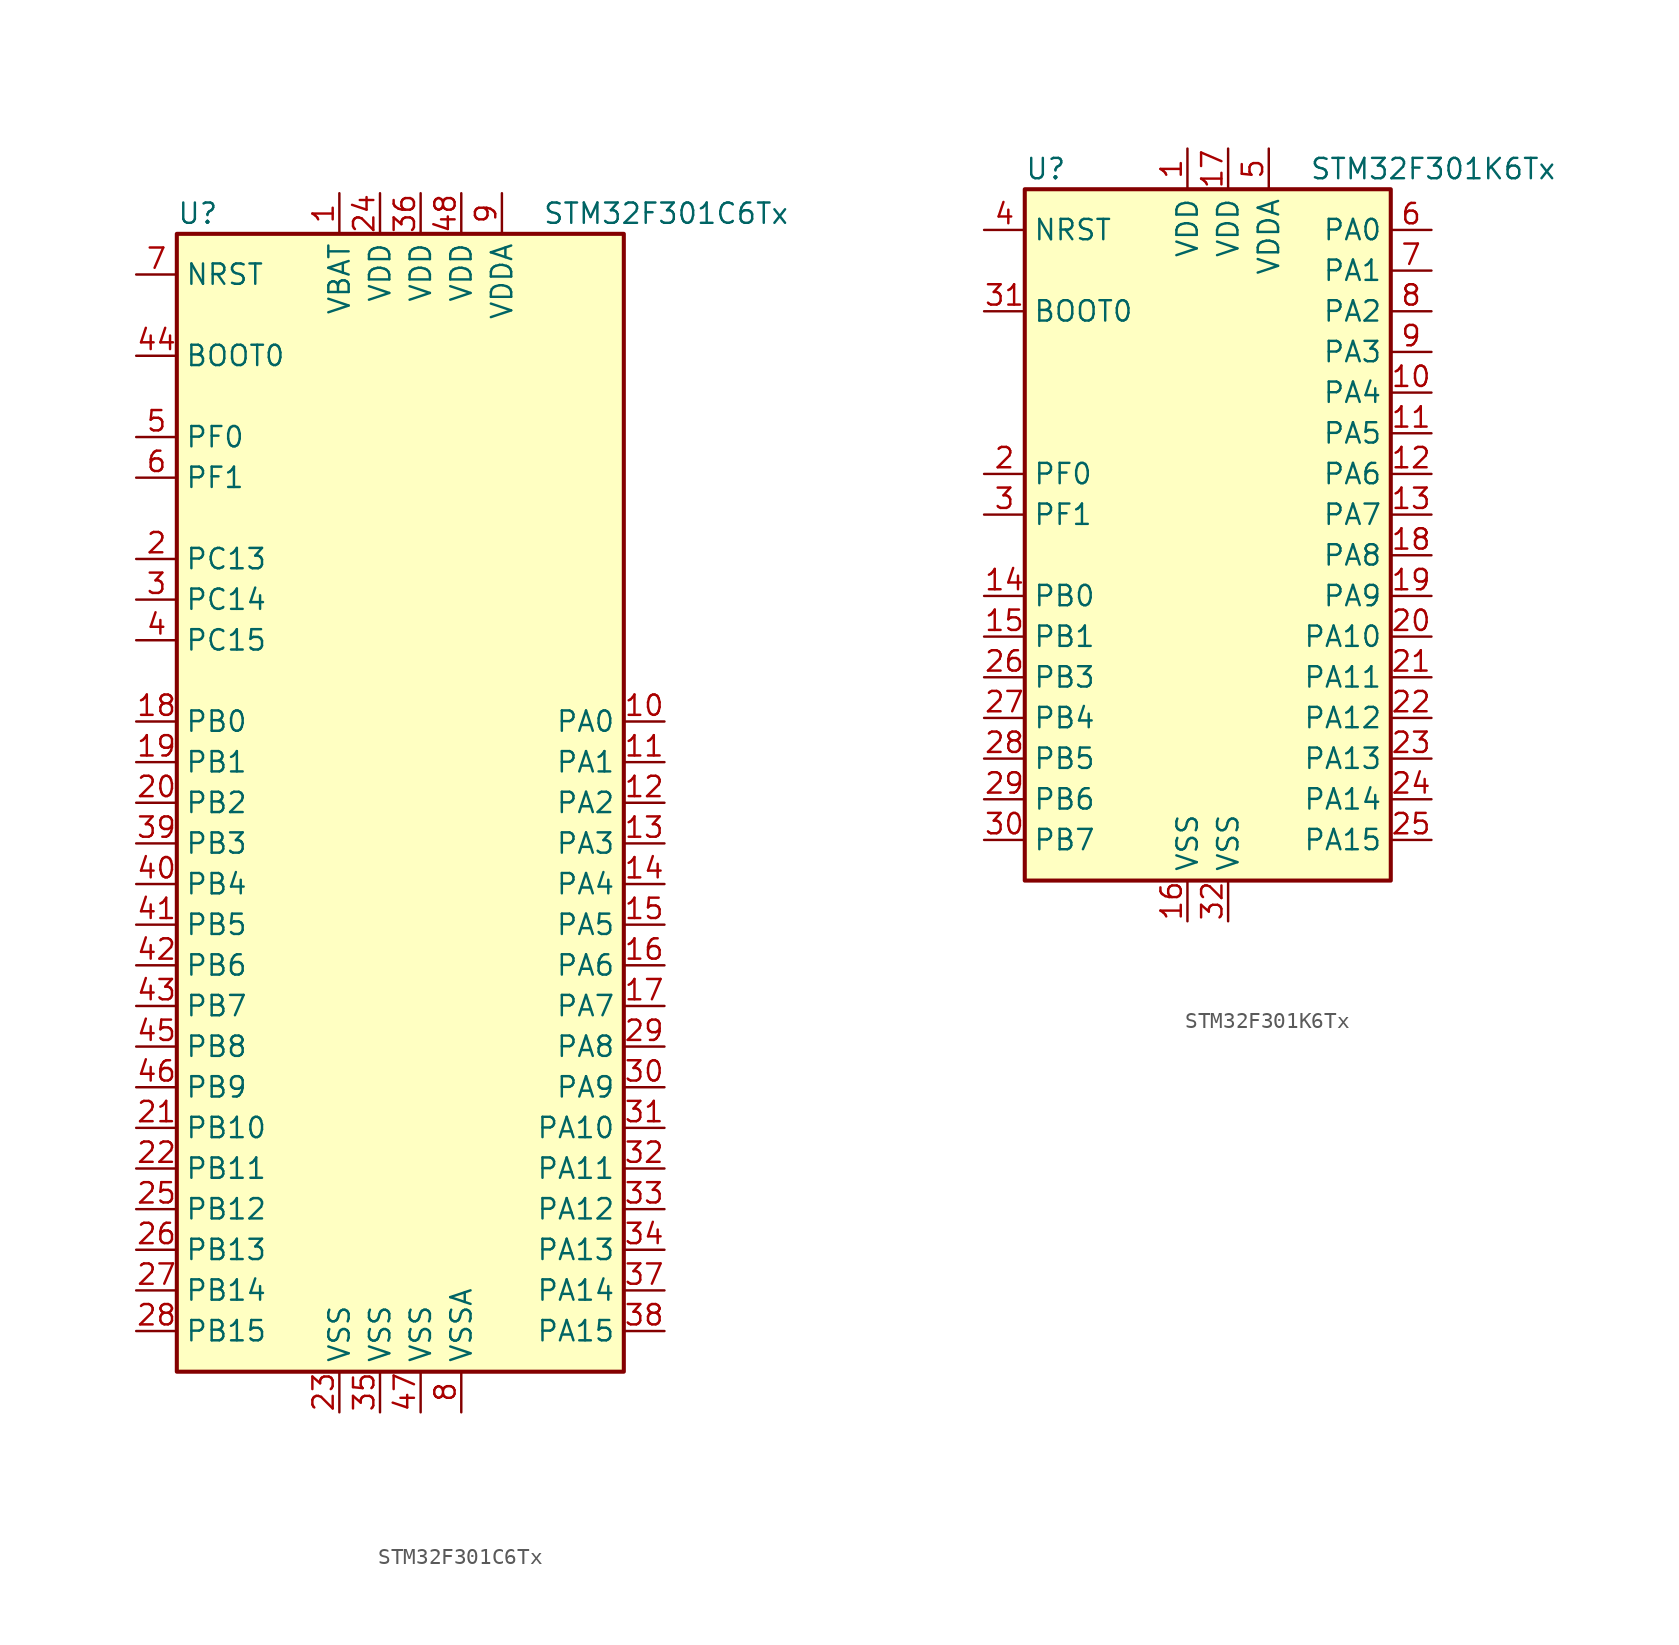
<source format=kicad_sym>
(kicad_symbol_lib
  (version 20201005)
  (generator kicad_symbol_editor)
  (symbol "STM32F301C6Tx"
    (property "Reference" "U"
      (at -15.24 36.83 0)
      (effects (font (size 1.27 1.27)) (justify left)))
    (property "Value" "STM32F301C6Tx"
      (at 7.62 36.83 0)
      (effects (font (size 1.27 1.27)) (justify left)))
    (symbol "STM32F301C6Tx_0_1"
      (rectangle (start -15.24 -35.56) (end 12.7 35.56) (stroke (width 0.254)) (fill (type background))))
    (symbol "STM32F301C6Tx_1_1"
      (pin power_in line (at -5.08 38.1 270) (length 2.54) (name "VBAT" (effects (font (size 1.27 1.27)))) (number "1" (effects (font (size 1.27 1.27)))))
      (pin bidirectional line (at 15.24 5.08 180) (length 2.54) (name "PA0" (effects (font (size 1.27 1.27)))) (number "10" (effects (font (size 1.27 1.27)))))
      (pin bidirectional line (at 15.24 2.54 180) (length 2.54) (name "PA1" (effects (font (size 1.27 1.27)))) (number "11" (effects (font (size 1.27 1.27)))))
      (pin bidirectional line (at 15.24 0 180) (length 2.54) (name "PA2" (effects (font (size 1.27 1.27)))) (number "12" (effects (font (size 1.27 1.27)))))
      (pin bidirectional line (at 15.24 -2.54 180) (length 2.54) (name "PA3" (effects (font (size 1.27 1.27)))) (number "13" (effects (font (size 1.27 1.27)))))
      (pin bidirectional line (at 15.24 -5.08 180) (length 2.54) (name "PA4" (effects (font (size 1.27 1.27)))) (number "14" (effects (font (size 1.27 1.27)))))
      (pin bidirectional line (at 15.24 -7.62 180) (length 2.54) (name "PA5" (effects (font (size 1.27 1.27)))) (number "15" (effects (font (size 1.27 1.27)))))
      (pin bidirectional line (at 15.24 -10.16 180) (length 2.54) (name "PA6" (effects (font (size 1.27 1.27)))) (number "16" (effects (font (size 1.27 1.27)))))
      (pin bidirectional line (at 15.24 -12.7 180) (length 2.54) (name "PA7" (effects (font (size 1.27 1.27)))) (number "17" (effects (font (size 1.27 1.27)))))
      (pin bidirectional line (at -17.78 5.08 0) (length 2.54) (name "PB0" (effects (font (size 1.27 1.27)))) (number "18" (effects (font (size 1.27 1.27)))))
      (pin bidirectional line (at -17.78 2.54 0) (length 2.54) (name "PB1" (effects (font (size 1.27 1.27)))) (number "19" (effects (font (size 1.27 1.27)))))
      (pin bidirectional line (at -17.78 15.24 0) (length 2.54) (name "PC13" (effects (font (size 1.27 1.27)))) (number "2" (effects (font (size 1.27 1.27)))))
      (pin bidirectional line (at -17.78 0 0) (length 2.54) (name "PB2" (effects (font (size 1.27 1.27)))) (number "20" (effects (font (size 1.27 1.27)))))
      (pin bidirectional line (at -17.78 -20.32 0) (length 2.54) (name "PB10" (effects (font (size 1.27 1.27)))) (number "21" (effects (font (size 1.27 1.27)))))
      (pin bidirectional line (at -17.78 -22.86 0) (length 2.54) (name "PB11" (effects (font (size 1.27 1.27)))) (number "22" (effects (font (size 1.27 1.27)))))
      (pin power_in line (at -5.08 -38.1 90) (length 2.54) (name "VSS" (effects (font (size 1.27 1.27)))) (number "23" (effects (font (size 1.27 1.27)))))
      (pin power_in line (at -2.54 38.1 270) (length 2.54) (name "VDD" (effects (font (size 1.27 1.27)))) (number "24" (effects (font (size 1.27 1.27)))))
      (pin bidirectional line (at -17.78 -25.4 0) (length 2.54) (name "PB12" (effects (font (size 1.27 1.27)))) (number "25" (effects (font (size 1.27 1.27)))))
      (pin bidirectional line (at -17.78 -27.94 0) (length 2.54) (name "PB13" (effects (font (size 1.27 1.27)))) (number "26" (effects (font (size 1.27 1.27)))))
      (pin bidirectional line (at -17.78 -30.48 0) (length 2.54) (name "PB14" (effects (font (size 1.27 1.27)))) (number "27" (effects (font (size 1.27 1.27)))))
      (pin bidirectional line (at -17.78 -33.02 0) (length 2.54) (name "PB15" (effects (font (size 1.27 1.27)))) (number "28" (effects (font (size 1.27 1.27)))))
      (pin bidirectional line (at 15.24 -15.24 180) (length 2.54) (name "PA8" (effects (font (size 1.27 1.27)))) (number "29" (effects (font (size 1.27 1.27)))))
      (pin bidirectional line (at -17.78 12.7 0) (length 2.54) (name "PC14" (effects (font (size 1.27 1.27)))) (number "3" (effects (font (size 1.27 1.27)))))
      (pin bidirectional line (at 15.24 -17.78 180) (length 2.54) (name "PA9" (effects (font (size 1.27 1.27)))) (number "30" (effects (font (size 1.27 1.27)))))
      (pin bidirectional line (at 15.24 -20.32 180) (length 2.54) (name "PA10" (effects (font (size 1.27 1.27)))) (number "31" (effects (font (size 1.27 1.27)))))
      (pin bidirectional line (at 15.24 -22.86 180) (length 2.54) (name "PA11" (effects (font (size 1.27 1.27)))) (number "32" (effects (font (size 1.27 1.27)))))
      (pin bidirectional line (at 15.24 -25.4 180) (length 2.54) (name "PA12" (effects (font (size 1.27 1.27)))) (number "33" (effects (font (size 1.27 1.27)))))
      (pin bidirectional line (at 15.24 -27.94 180) (length 2.54) (name "PA13" (effects (font (size 1.27 1.27)))) (number "34" (effects (font (size 1.27 1.27)))))
      (pin power_in line (at -2.54 -38.1 90) (length 2.54) (name "VSS" (effects (font (size 1.27 1.27)))) (number "35" (effects (font (size 1.27 1.27)))))
      (pin power_in line (at 0 38.1 270) (length 2.54) (name "VDD" (effects (font (size 1.27 1.27)))) (number "36" (effects (font (size 1.27 1.27)))))
      (pin bidirectional line (at 15.24 -30.48 180) (length 2.54) (name "PA14" (effects (font (size 1.27 1.27)))) (number "37" (effects (font (size 1.27 1.27)))))
      (pin bidirectional line (at 15.24 -33.02 180) (length 2.54) (name "PA15" (effects (font (size 1.27 1.27)))) (number "38" (effects (font (size 1.27 1.27)))))
      (pin bidirectional line (at -17.78 -2.54 0) (length 2.54) (name "PB3" (effects (font (size 1.27 1.27)))) (number "39" (effects (font (size 1.27 1.27)))))
      (pin bidirectional line (at -17.78 10.16 0) (length 2.54) (name "PC15" (effects (font (size 1.27 1.27)))) (number "4" (effects (font (size 1.27 1.27)))))
      (pin bidirectional line (at -17.78 -5.08 0) (length 2.54) (name "PB4" (effects (font (size 1.27 1.27)))) (number "40" (effects (font (size 1.27 1.27)))))
      (pin bidirectional line (at -17.78 -7.62 0) (length 2.54) (name "PB5" (effects (font (size 1.27 1.27)))) (number "41" (effects (font (size 1.27 1.27)))))
      (pin bidirectional line (at -17.78 -10.16 0) (length 2.54) (name "PB6" (effects (font (size 1.27 1.27)))) (number "42" (effects (font (size 1.27 1.27)))))
      (pin bidirectional line (at -17.78 -12.7 0) (length 2.54) (name "PB7" (effects (font (size 1.27 1.27)))) (number "43" (effects (font (size 1.27 1.27)))))
      (pin input line (at -17.78 27.94 0) (length 2.54) (name "BOOT0" (effects (font (size 1.27 1.27)))) (number "44" (effects (font (size 1.27 1.27)))))
      (pin bidirectional line (at -17.78 -15.24 0) (length 2.54) (name "PB8" (effects (font (size 1.27 1.27)))) (number "45" (effects (font (size 1.27 1.27)))))
      (pin bidirectional line (at -17.78 -17.78 0) (length 2.54) (name "PB9" (effects (font (size 1.27 1.27)))) (number "46" (effects (font (size 1.27 1.27)))))
      (pin power_in line (at 0 -38.1 90) (length 2.54) (name "VSS" (effects (font (size 1.27 1.27)))) (number "47" (effects (font (size 1.27 1.27)))))
      (pin power_in line (at 2.54 38.1 270) (length 2.54) (name "VDD" (effects (font (size 1.27 1.27)))) (number "48" (effects (font (size 1.27 1.27)))))
      (pin input line (at -17.78 22.86 0) (length 2.54) (name "PF0" (effects (font (size 1.27 1.27)))) (number "5" (effects (font (size 1.27 1.27)))))
      (pin input line (at -17.78 20.32 0) (length 2.54) (name "PF1" (effects (font (size 1.27 1.27)))) (number "6" (effects (font (size 1.27 1.27)))))
      (pin input line (at -17.78 33.02 0) (length 2.54) (name "NRST" (effects (font (size 1.27 1.27)))) (number "7" (effects (font (size 1.27 1.27)))))
      (pin power_in line (at 2.54 -38.1 90) (length 2.54) (name "VSSA" (effects (font (size 1.27 1.27)))) (number "8" (effects (font (size 1.27 1.27)))))
      (pin power_in line (at 5.08 38.1 270) (length 2.54) (name "VDDA" (effects (font (size 1.27 1.27)))) (number "9" (effects (font (size 1.27 1.27)))))))
  (symbol "STM32F301K6Tx"
    (property "Reference" "U"
      (at -12.7 21.59 0)
      (effects (font (size 1.27 1.27)) (justify left)))
    (property "Value" "STM32F301K6Tx"
      (at 5.08 21.59 0)
      (effects (font (size 1.27 1.27)) (justify left)))
    (symbol "STM32F301K6Tx_0_1"
      (rectangle (start -12.7 -22.86) (end 10.16 20.32) (stroke (width 0.254)) (fill (type background))))
    (symbol "STM32F301K6Tx_1_1"
      (pin power_in line (at -2.54 22.86 270) (length 2.54) (name "VDD" (effects (font (size 1.27 1.27)))) (number "1" (effects (font (size 1.27 1.27)))))
      (pin bidirectional line (at 12.7 7.62 180) (length 2.54) (name "PA4" (effects (font (size 1.27 1.27)))) (number "10" (effects (font (size 1.27 1.27)))))
      (pin bidirectional line (at 12.7 5.08 180) (length 2.54) (name "PA5" (effects (font (size 1.27 1.27)))) (number "11" (effects (font (size 1.27 1.27)))))
      (pin bidirectional line (at 12.7 2.54 180) (length 2.54) (name "PA6" (effects (font (size 1.27 1.27)))) (number "12" (effects (font (size 1.27 1.27)))))
      (pin bidirectional line (at 12.7 0 180) (length 2.54) (name "PA7" (effects (font (size 1.27 1.27)))) (number "13" (effects (font (size 1.27 1.27)))))
      (pin bidirectional line (at -15.24 -5.08 0) (length 2.54) (name "PB0" (effects (font (size 1.27 1.27)))) (number "14" (effects (font (size 1.27 1.27)))))
      (pin bidirectional line (at -15.24 -7.62 0) (length 2.54) (name "PB1" (effects (font (size 1.27 1.27)))) (number "15" (effects (font (size 1.27 1.27)))))
      (pin power_in line (at -2.54 -25.4 90) (length 2.54) (name "VSS" (effects (font (size 1.27 1.27)))) (number "16" (effects (font (size 1.27 1.27)))))
      (pin power_in line (at 0 22.86 270) (length 2.54) (name "VDD" (effects (font (size 1.27 1.27)))) (number "17" (effects (font (size 1.27 1.27)))))
      (pin bidirectional line (at 12.7 -2.54 180) (length 2.54) (name "PA8" (effects (font (size 1.27 1.27)))) (number "18" (effects (font (size 1.27 1.27)))))
      (pin bidirectional line (at 12.7 -5.08 180) (length 2.54) (name "PA9" (effects (font (size 1.27 1.27)))) (number "19" (effects (font (size 1.27 1.27)))))
      (pin input line (at -15.24 2.54 0) (length 2.54) (name "PF0" (effects (font (size 1.27 1.27)))) (number "2" (effects (font (size 1.27 1.27)))))
      (pin bidirectional line (at 12.7 -7.62 180) (length 2.54) (name "PA10" (effects (font (size 1.27 1.27)))) (number "20" (effects (font (size 1.27 1.27)))))
      (pin bidirectional line (at 12.7 -10.16 180) (length 2.54) (name "PA11" (effects (font (size 1.27 1.27)))) (number "21" (effects (font (size 1.27 1.27)))))
      (pin bidirectional line (at 12.7 -12.7 180) (length 2.54) (name "PA12" (effects (font (size 1.27 1.27)))) (number "22" (effects (font (size 1.27 1.27)))))
      (pin bidirectional line (at 12.7 -15.24 180) (length 2.54) (name "PA13" (effects (font (size 1.27 1.27)))) (number "23" (effects (font (size 1.27 1.27)))))
      (pin bidirectional line (at 12.7 -17.78 180) (length 2.54) (name "PA14" (effects (font (size 1.27 1.27)))) (number "24" (effects (font (size 1.27 1.27)))))
      (pin bidirectional line (at 12.7 -20.32 180) (length 2.54) (name "PA15" (effects (font (size 1.27 1.27)))) (number "25" (effects (font (size 1.27 1.27)))))
      (pin bidirectional line (at -15.24 -10.16 0) (length 2.54) (name "PB3" (effects (font (size 1.27 1.27)))) (number "26" (effects (font (size 1.27 1.27)))))
      (pin bidirectional line (at -15.24 -12.7 0) (length 2.54) (name "PB4" (effects (font (size 1.27 1.27)))) (number "27" (effects (font (size 1.27 1.27)))))
      (pin bidirectional line (at -15.24 -15.24 0) (length 2.54) (name "PB5" (effects (font (size 1.27 1.27)))) (number "28" (effects (font (size 1.27 1.27)))))
      (pin bidirectional line (at -15.24 -17.78 0) (length 2.54) (name "PB6" (effects (font (size 1.27 1.27)))) (number "29" (effects (font (size 1.27 1.27)))))
      (pin input line (at -15.24 0 0) (length 2.54) (name "PF1" (effects (font (size 1.27 1.27)))) (number "3" (effects (font (size 1.27 1.27)))))
      (pin bidirectional line (at -15.24 -20.32 0) (length 2.54) (name "PB7" (effects (font (size 1.27 1.27)))) (number "30" (effects (font (size 1.27 1.27)))))
      (pin input line (at -15.24 12.7 0) (length 2.54) (name "BOOT0" (effects (font (size 1.27 1.27)))) (number "31" (effects (font (size 1.27 1.27)))))
      (pin power_in line (at 0 -25.4 90) (length 2.54) (name "VSS" (effects (font (size 1.27 1.27)))) (number "32" (effects (font (size 1.27 1.27)))))
      (pin input line (at -15.24 17.78 0) (length 2.54) (name "NRST" (effects (font (size 1.27 1.27)))) (number "4" (effects (font (size 1.27 1.27)))))
      (pin power_in line (at 2.54 22.86 270) (length 2.54) (name "VDDA" (effects (font (size 1.27 1.27)))) (number "5" (effects (font (size 1.27 1.27)))))
      (pin bidirectional line (at 12.7 17.78 180) (length 2.54) (name "PA0" (effects (font (size 1.27 1.27)))) (number "6" (effects (font (size 1.27 1.27)))))
      (pin bidirectional line (at 12.7 15.24 180) (length 2.54) (name "PA1" (effects (font (size 1.27 1.27)))) (number "7" (effects (font (size 1.27 1.27)))))
      (pin bidirectional line (at 12.7 12.7 180) (length 2.54) (name "PA2" (effects (font (size 1.27 1.27)))) (number "8" (effects (font (size 1.27 1.27)))))
      (pin bidirectional line (at 12.7 10.16 180) (length 2.54) (name "PA3" (effects (font (size 1.27 1.27)))) (number "9" (effects (font (size 1.27 1.27))))))))
</source>
